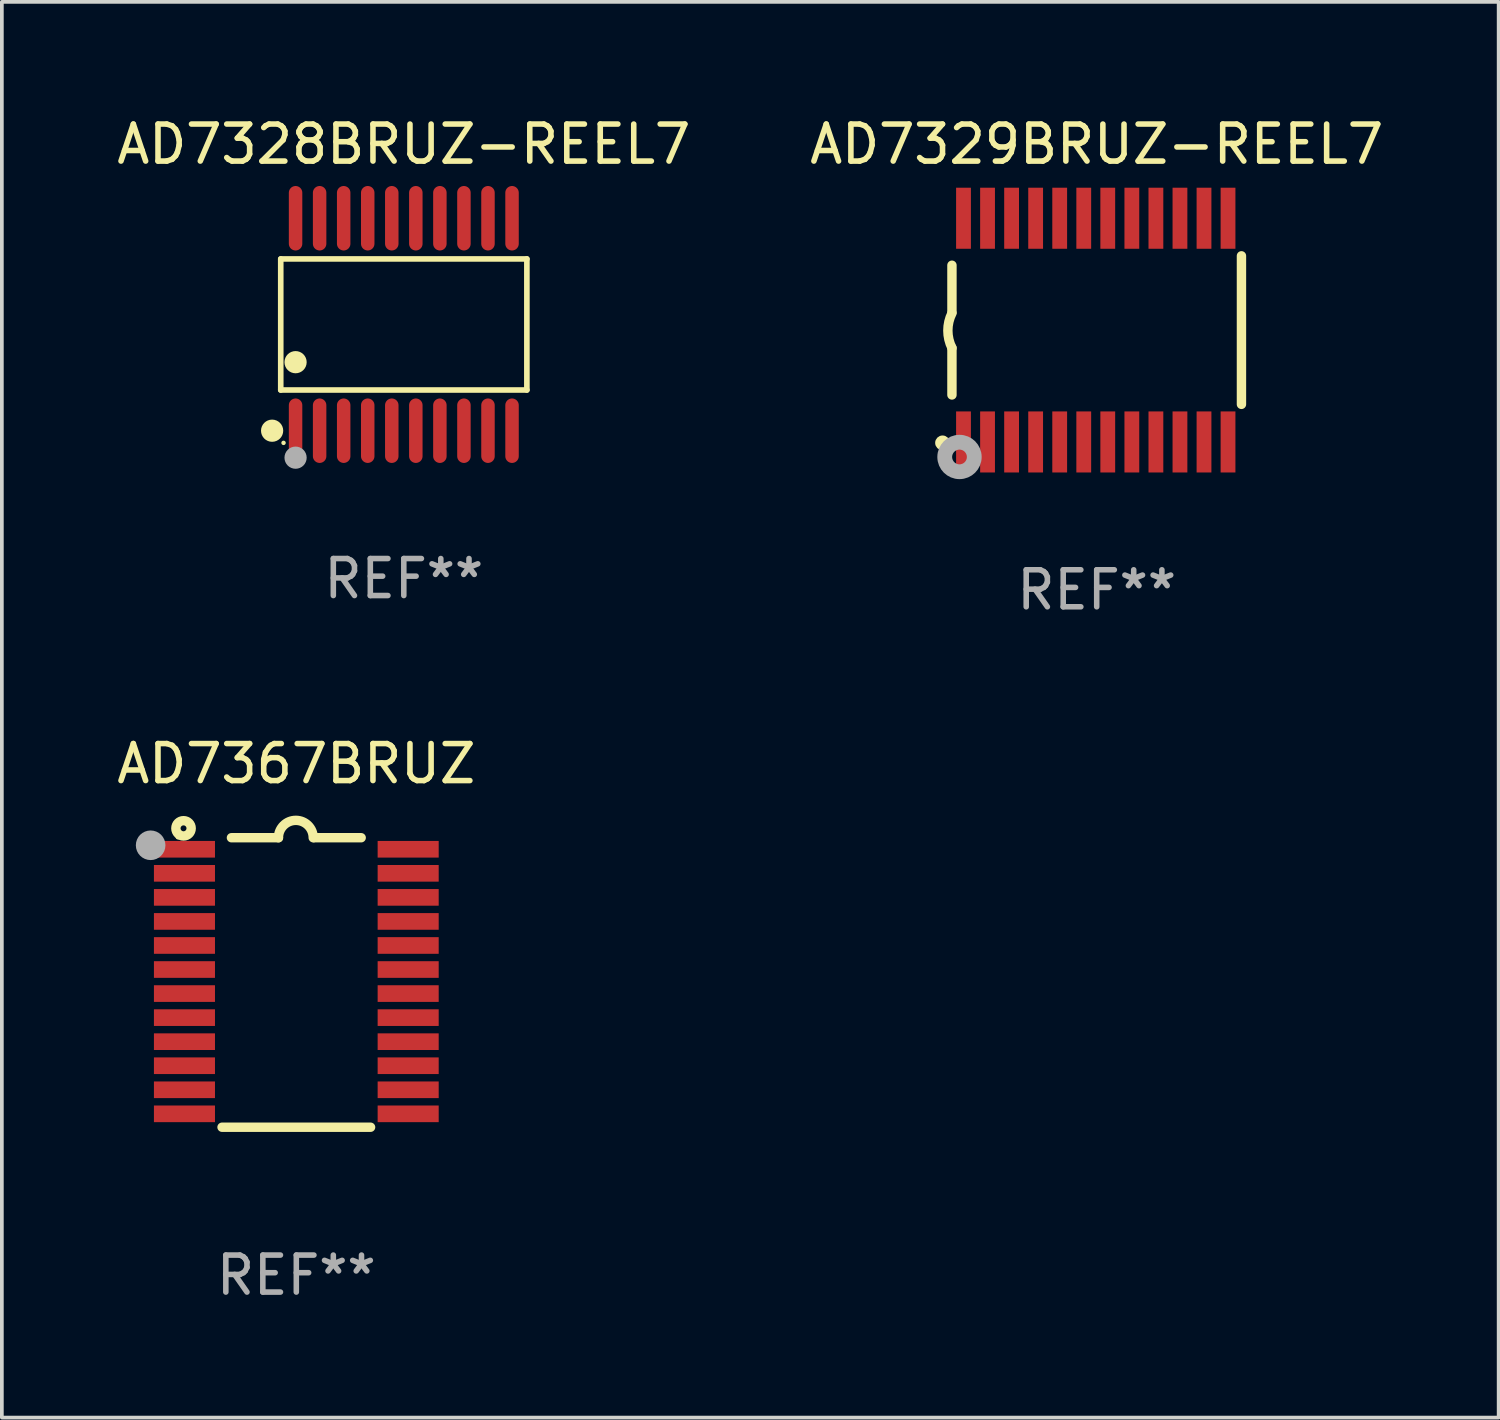
<source format=kicad_pcb>
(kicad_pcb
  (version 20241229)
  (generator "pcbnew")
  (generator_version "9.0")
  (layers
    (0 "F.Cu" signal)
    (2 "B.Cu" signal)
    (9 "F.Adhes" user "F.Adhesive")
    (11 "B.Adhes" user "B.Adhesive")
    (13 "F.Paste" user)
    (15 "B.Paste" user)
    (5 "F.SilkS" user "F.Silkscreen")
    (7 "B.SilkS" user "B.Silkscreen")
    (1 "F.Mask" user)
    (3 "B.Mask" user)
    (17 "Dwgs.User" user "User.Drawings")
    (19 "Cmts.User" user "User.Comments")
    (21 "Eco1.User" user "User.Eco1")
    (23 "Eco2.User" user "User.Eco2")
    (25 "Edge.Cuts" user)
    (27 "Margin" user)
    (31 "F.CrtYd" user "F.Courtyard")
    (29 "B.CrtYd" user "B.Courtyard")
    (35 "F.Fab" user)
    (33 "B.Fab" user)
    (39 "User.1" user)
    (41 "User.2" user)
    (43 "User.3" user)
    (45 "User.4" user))
  (footprint "AD7329BRUZ-REEL7"
    (layer "F.Cu")
    (at 26.589 5.871)
    (property "Reference" "AD7329BRUZ-REEL7" (at 0 -5.023 0) (layer "F.SilkS") (effects (font (size 1 1) (thickness 0.15))))
    (attr through_hole)
    (fp_line (start -3.912 -0.483) (end -3.912 -1.753) (stroke (width 0.254) (type solid)) (layer "F.SilkS"))
    (fp_line (start -3.912 1.753) (end -3.912 0.483) (stroke (width 0.254) (type solid)) (layer "F.SilkS"))
    (fp_line (start 3.912 -2.007) (end 3.912 2.007) (stroke (width 0.254) (type solid)) (layer "F.SilkS"))
    (fp_arc (start -3.911608 0.482601) (mid -4.022537 0.0127) (end -3.911608 -0.457201) (stroke (width 0.254001) (type solid)) (layer "F.SilkS"))
    (fp_circle (center -4.166 3.048) (end -4.066 3.048) (stroke (width 0.2) (type solid)) (fill no) (layer "F.SilkS"))
    (fp_circle (center -3.925 3.186) (end -3.895 3.186) (stroke (width 0.06) (type solid)) (fill no) (layer "F.SilkS"))
    (fp_circle (center -3.708 3.429) (end -3.509 3.429) (stroke (width 0.4) (type solid)) (fill no) (layer "F.Fab"))
    (fp_text user "REF**" (at 0 7.023 0) (layer "F.Fab") (effects (font (size 1 1) (thickness 0.15))))
    (pad "1" smd rect (at -3.6 3.023) (size 0.4 1.65) (layers "F.Cu" "F.Mask" "F.Paste"))
    (pad "2" smd rect (at -2.95 3.023) (size 0.4 1.65) (layers "F.Cu" "F.Mask" "F.Paste"))
    (pad "3" smd rect (at -2.3 3.023) (size 0.4 1.65) (layers "F.Cu" "F.Mask" "F.Paste"))
    (pad "4" smd rect (at -1.65 3.023) (size 0.4 1.65) (layers "F.Cu" "F.Mask" "F.Paste"))
    (pad "5" smd rect (at -1 3.023) (size 0.4 1.65) (layers "F.Cu" "F.Mask" "F.Paste"))
    (pad "6" smd rect (at -0.35 3.023) (size 0.4 1.65) (layers "F.Cu" "F.Mask" "F.Paste"))
    (pad "7" smd rect (at 0.299 3.023) (size 0.4 1.65) (layers "F.Cu" "F.Mask" "F.Paste"))
    (pad "8" smd rect (at 0.95 3.023) (size 0.4 1.65) (layers "F.Cu" "F.Mask" "F.Paste"))
    (pad "9" smd rect (at 1.6 3.023) (size 0.4 1.65) (layers "F.Cu" "F.Mask" "F.Paste"))
    (pad "10" smd rect (at 2.25 3.023) (size 0.4 1.65) (layers "F.Cu" "F.Mask" "F.Paste"))
    (pad "11" smd rect (at 2.9 3.023) (size 0.4 1.65) (layers "F.Cu" "F.Mask" "F.Paste"))
    (pad "12" smd rect (at 3.549 3.023) (size 0.4 1.65) (layers "F.Cu" "F.Mask" "F.Paste"))
    (pad "13" smd rect (at 3.549 -3.023) (size 0.4 1.65) (layers "F.Cu" "F.Mask" "F.Paste"))
    (pad "14" smd rect (at 2.9 -3.023) (size 0.4 1.65) (layers "F.Cu" "F.Mask" "F.Paste"))
    (pad "15" smd rect (at 2.25 -3.023) (size 0.4 1.65) (layers "F.Cu" "F.Mask" "F.Paste"))
    (pad "16" smd rect (at 1.6 -3.023) (size 0.4 1.65) (layers "F.Cu" "F.Mask" "F.Paste"))
    (pad "17" smd rect (at 0.95 -3.023) (size 0.4 1.65) (layers "F.Cu" "F.Mask" "F.Paste"))
    (pad "18" smd rect (at 0.299 -3.023) (size 0.4 1.65) (layers "F.Cu" "F.Mask" "F.Paste"))
    (pad "19" smd rect (at -0.35 -3.023) (size 0.4 1.65) (layers "F.Cu" "F.Mask" "F.Paste"))
    (pad "20" smd rect (at -1 -3.023) (size 0.4 1.65) (layers "F.Cu" "F.Mask" "F.Paste"))
    (pad "21" smd rect (at -1.65 -3.023) (size 0.4 1.65) (layers "F.Cu" "F.Mask" "F.Paste"))
    (pad "22" smd rect (at -2.3 -3.023) (size 0.4 1.65) (layers "F.Cu" "F.Mask" "F.Paste"))
    (pad "23" smd rect (at -2.95 -3.023) (size 0.4 1.65) (layers "F.Cu" "F.Mask" "F.Paste"))
    (pad "24" smd rect (at -3.6 -3.023) (size 0.4 1.65) (layers "F.Cu" "F.Mask" "F.Paste")))
  (footprint "AD7367BRUZ"
    (layer "F.Cu")
    (at 4.958 23.502)
    (property "Reference" "AD7367BRUZ" (at 0 -5.912 0) (layer "F.SilkS") (effects (font (size 1 1) (thickness 0.15))))
    (attr through_hole)
    (fp_line (start -1.753 -3.912) (end -0.483 -3.912) (stroke (width 0.254) (type solid)) (layer "F.SilkS"))
    (fp_line (start 0.483 -3.912) (end 1.753 -3.912) (stroke (width 0.254) (type solid)) (layer "F.SilkS"))
    (fp_line (start 2.007 3.912) (end -2.007 3.912) (stroke (width 0.254) (type solid)) (layer "F.SilkS"))
    (fp_arc (start -0.482626 -3.911608) (mid -0.012725 -4.381509) (end 0.457176 -3.911608) (stroke (width 0.254001) (type solid)) (layer "F.SilkS"))
    (fp_circle (center -3.2 -3.925) (end -3.17 -3.925) (stroke (width 0.06) (type solid)) (fill no) (layer "F.SilkS"))
    (fp_circle (center -3.048 -4.166) (end -2.968 -4.166) (stroke (width 0.254) (type solid)) (fill no) (layer "F.SilkS"))
    (fp_circle (center -3.937 -3.708) (end -3.737 -3.708) (stroke (width 0.4) (type solid)) (fill no) (layer "F.Fab"))
    (fp_text user "REF**" (at 0 7.912 0) (layer "F.Fab") (effects (font (size 1 1) (thickness 0.15))))
    (pad "1" smd rect (at -3.023 -3.6) (size 1.65 0.45) (layers "F.Cu" "F.Mask" "F.Paste"))
    (pad "2" smd rect (at -3.023 -2.95) (size 1.65 0.45) (layers "F.Cu" "F.Mask" "F.Paste"))
    (pad "3" smd rect (at -3.023 -2.3) (size 1.65 0.45) (layers "F.Cu" "F.Mask" "F.Paste"))
    (pad "4" smd rect (at -3.023 -1.65) (size 1.65 0.45) (layers "F.Cu" "F.Mask" "F.Paste"))
    (pad "5" smd rect (at -3.023 -1) (size 1.65 0.45) (layers "F.Cu" "F.Mask" "F.Paste"))
    (pad "6" smd rect (at -3.023 -0.35) (size 1.65 0.45) (layers "F.Cu" "F.Mask" "F.Paste"))
    (pad "7" smd rect (at -3.023 0.3) (size 1.65 0.45) (layers "F.Cu" "F.Mask" "F.Paste"))
    (pad "8" smd rect (at -3.023 0.95) (size 1.65 0.45) (layers "F.Cu" "F.Mask" "F.Paste"))
    (pad "9" smd rect (at -3.023 1.6) (size 1.65 0.45) (layers "F.Cu" "F.Mask" "F.Paste"))
    (pad "10" smd rect (at -3.023 2.25) (size 1.65 0.45) (layers "F.Cu" "F.Mask" "F.Paste"))
    (pad "11" smd rect (at -3.023 2.9) (size 1.65 0.45) (layers "F.Cu" "F.Mask" "F.Paste"))
    (pad "12" smd rect (at -3.023 3.55) (size 1.65 0.45) (layers "F.Cu" "F.Mask" "F.Paste"))
    (pad "13" smd rect (at 3.023 3.55) (size 1.65 0.45) (layers "F.Cu" "F.Mask" "F.Paste"))
    (pad "14" smd rect (at 3.023 2.9) (size 1.65 0.45) (layers "F.Cu" "F.Mask" "F.Paste"))
    (pad "15" smd rect (at 3.023 2.25) (size 1.65 0.45) (layers "F.Cu" "F.Mask" "F.Paste"))
    (pad "16" smd rect (at 3.023 1.6) (size 1.65 0.45) (layers "F.Cu" "F.Mask" "F.Paste"))
    (pad "17" smd rect (at 3.023 0.95) (size 1.65 0.45) (layers "F.Cu" "F.Mask" "F.Paste"))
    (pad "18" smd rect (at 3.023 0.3) (size 1.65 0.45) (layers "F.Cu" "F.Mask" "F.Paste"))
    (pad "19" smd rect (at 3.023 -0.35) (size 1.65 0.45) (layers "F.Cu" "F.Mask" "F.Paste"))
    (pad "20" smd rect (at 3.023 -1) (size 1.65 0.45) (layers "F.Cu" "F.Mask" "F.Paste"))
    (pad "21" smd rect (at 3.023 -1.65) (size 1.65 0.45) (layers "F.Cu" "F.Mask" "F.Paste"))
    (pad "22" smd rect (at 3.023 -2.3) (size 1.65 0.45) (layers "F.Cu" "F.Mask" "F.Paste"))
    (pad "23" smd rect (at 3.023 -2.95) (size 1.65 0.45) (layers "F.Cu" "F.Mask" "F.Paste"))
    (pad "24" smd rect (at 3.023 -3.6) (size 1.65 0.45) (layers "F.Cu" "F.Mask" "F.Paste")))
  (footprint "AD7328BRUZ-REEL7"
    (layer "F.Cu")
    (at 7.863 5.719)
    (property "Reference" "AD7328BRUZ-REEL7" (at 0 -4.871 0) (layer "F.SilkS") (effects (font (size 1 1) (thickness 0.15))))
    (attr through_hole)
    (fp_line (start -3.326 -1.771) (end 3.326 -1.771) (stroke (width 0.152) (type solid)) (layer "F.SilkS"))
    (fp_line (start -3.326 1.771) (end -3.326 -1.771) (stroke (width 0.152) (type solid)) (layer "F.SilkS"))
    (fp_line (start 3.326 -1.771) (end 3.326 1.771) (stroke (width 0.152) (type solid)) (layer "F.SilkS"))
    (fp_line (start 3.326 1.771) (end -3.326 1.771) (stroke (width 0.152) (type solid)) (layer "F.SilkS"))
    (fp_circle (center -3.559 2.871) (end -3.409 2.871) (stroke (width 0.3) (type solid)) (fill no) (layer "F.SilkS"))
    (fp_circle (center -3.25 3.2) (end -3.22 3.2) (stroke (width 0.06) (type solid)) (fill no) (layer "F.SilkS"))
    (fp_circle (center -2.925 1.019) (end -2.775 1.019) (stroke (width 0.3) (type solid)) (fill no) (layer "F.SilkS"))
    (fp_circle (center -2.925 3.6) (end -2.775 3.6) (stroke (width 0.3) (type solid)) (fill no) (layer "F.Fab"))
    (fp_text user "REF**" (at 0 6.871 0) (layer "F.Fab") (effects (font (size 1 1) (thickness 0.15))))
    (pad "1" smd oval (at -2.925 2.871) (size 0.364 1.742) (layers "F.Cu" "F.Mask" "F.Paste"))
    (pad "2" smd oval (at -2.275 2.871) (size 0.364 1.742) (layers "F.Cu" "F.Mask" "F.Paste"))
    (pad "3" smd oval (at -1.625 2.871) (size 0.364 1.742) (layers "F.Cu" "F.Mask" "F.Paste"))
    (pad "4" smd oval (at -0.975 2.871) (size 0.364 1.742) (layers "F.Cu" "F.Mask" "F.Paste"))
    (pad "5" smd oval (at -0.325 2.871) (size 0.364 1.742) (layers "F.Cu" "F.Mask" "F.Paste"))
    (pad "6" smd oval (at 0.325 2.871) (size 0.364 1.742) (layers "F.Cu" "F.Mask" "F.Paste"))
    (pad "7" smd oval (at 0.975 2.871) (size 0.364 1.742) (layers "F.Cu" "F.Mask" "F.Paste"))
    (pad "8" smd oval (at 1.625 2.871) (size 0.364 1.742) (layers "F.Cu" "F.Mask" "F.Paste"))
    (pad "9" smd oval (at 2.275 2.871) (size 0.364 1.742) (layers "F.Cu" "F.Mask" "F.Paste"))
    (pad "10" smd oval (at 2.925 2.871) (size 0.364 1.742) (layers "F.Cu" "F.Mask" "F.Paste"))
    (pad "11" smd oval (at 2.925 -2.871) (size 0.364 1.742) (layers "F.Cu" "F.Mask" "F.Paste"))
    (pad "12" smd oval (at 2.275 -2.871) (size 0.364 1.742) (layers "F.Cu" "F.Mask" "F.Paste"))
    (pad "13" smd oval (at 1.625 -2.871) (size 0.364 1.742) (layers "F.Cu" "F.Mask" "F.Paste"))
    (pad "14" smd oval (at 0.975 -2.871) (size 0.364 1.742) (layers "F.Cu" "F.Mask" "F.Paste"))
    (pad "15" smd oval (at 0.325 -2.871) (size 0.364 1.742) (layers "F.Cu" "F.Mask" "F.Paste"))
    (pad "16" smd oval (at -0.325 -2.871) (size 0.364 1.742) (layers "F.Cu" "F.Mask" "F.Paste"))
    (pad "17" smd oval (at -0.975 -2.871) (size 0.364 1.742) (layers "F.Cu" "F.Mask" "F.Paste"))
    (pad "18" smd oval (at -1.625 -2.871) (size 0.364 1.742) (layers "F.Cu" "F.Mask" "F.Paste"))
    (pad "19" smd oval (at -2.275 -2.871) (size 0.364 1.742) (layers "F.Cu" "F.Mask" "F.Paste"))
    (pad "20" smd oval (at -2.925 -2.871) (size 0.364 1.742) (layers "F.Cu" "F.Mask" "F.Paste")))
  (gr_rect
    (start -3 -3)
    (end 37.452 35.261)
    (stroke (width 0.1) (type default))
    (fill no)
    (layer "Edge.Cuts")))
</source>
